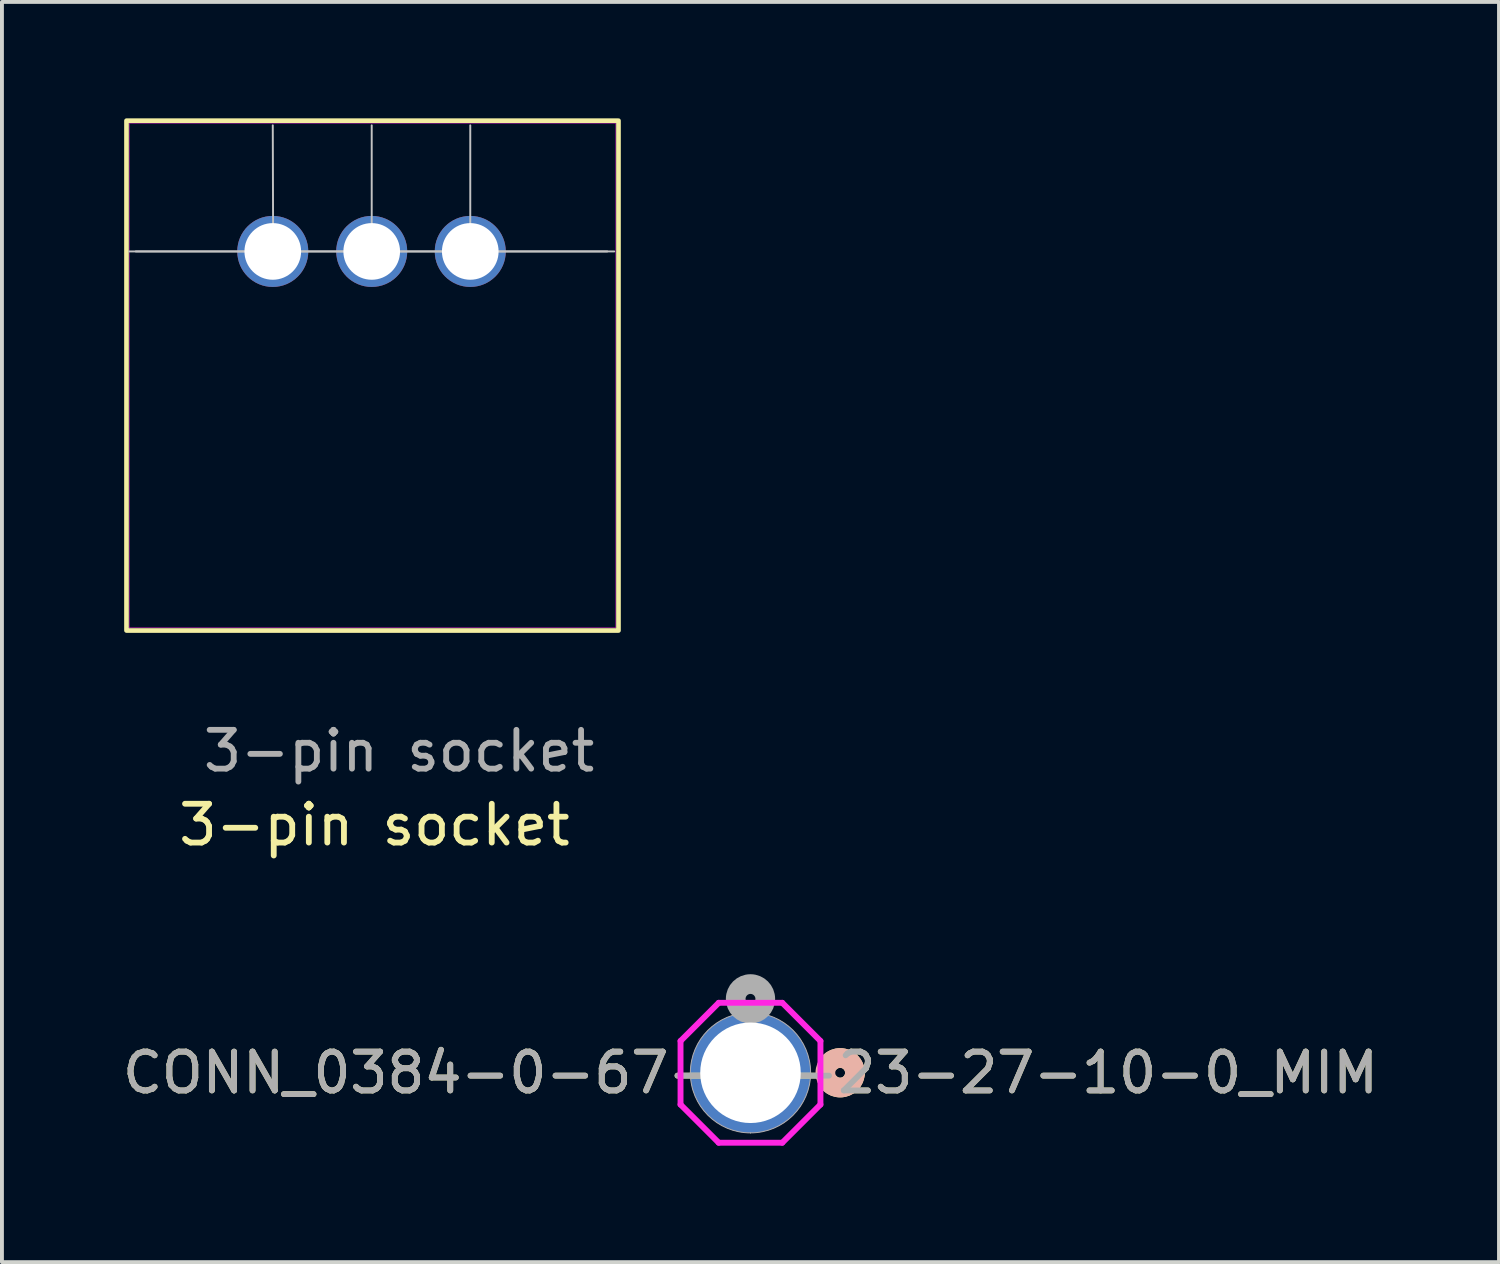
<source format=kicad_pcb>
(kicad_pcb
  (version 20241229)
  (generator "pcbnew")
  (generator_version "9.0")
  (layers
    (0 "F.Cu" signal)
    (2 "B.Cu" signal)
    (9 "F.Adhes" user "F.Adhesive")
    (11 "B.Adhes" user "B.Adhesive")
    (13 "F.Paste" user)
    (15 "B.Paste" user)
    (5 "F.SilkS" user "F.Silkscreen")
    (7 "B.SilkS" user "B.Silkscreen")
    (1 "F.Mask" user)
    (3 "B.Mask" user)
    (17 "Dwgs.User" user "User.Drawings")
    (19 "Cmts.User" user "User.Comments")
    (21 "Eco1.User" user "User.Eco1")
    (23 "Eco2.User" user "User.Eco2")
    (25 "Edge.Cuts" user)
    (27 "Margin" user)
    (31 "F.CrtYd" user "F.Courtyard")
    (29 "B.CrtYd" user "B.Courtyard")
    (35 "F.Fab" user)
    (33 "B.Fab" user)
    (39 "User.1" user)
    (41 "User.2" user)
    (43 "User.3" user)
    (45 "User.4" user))
  (footprint "CONN_0384-0-67-80-23-27-10-0_MIM"
    (layer "F.Cu")
    (at 16.292 24.598)
    (property "Reference" "CONN_0384-0-67-80-23-27-10-0_MIM" (at 0 0 0) (unlocked yes) (layer "F.SilkS") (effects (font (size 1 1) (thickness 0.15))))
    (attr through_hole)
    (fp_arc (start 2.042217 -0.269632) (mid 2.457349 -0.351937) (end 2.6924 0) (stroke (width 0.508) (type solid)) (layer "F.SilkS"))
    (fp_arc (start 2.6924 0) (mid 2.457349 0.351937) (end 2.042217 0.269632) (stroke (width 0.508) (type solid)) (layer "F.SilkS"))
    (fp_circle (center 2.311 0) (end 2.692 0) (stroke (width 0.508) (type solid)) (fill no) (layer "B.SilkS"))
    (fp_line (start -1.803 0.819) (end -1.803 -0.819) (stroke (width 0.152) (type solid)) (layer "F.CrtYd"))
    (fp_line (start -1.803 0.819) (end -0.819 1.803) (stroke (width 0.152) (type solid)) (layer "F.CrtYd"))
    (fp_line (start -0.819 -1.803) (end -1.803 -0.819) (stroke (width 0.152) (type solid)) (layer "F.CrtYd"))
    (fp_line (start -0.819 -1.803) (end 0.819 -1.803) (stroke (width 0.152) (type solid)) (layer "F.CrtYd"))
    (fp_line (start 0.819 1.803) (end -0.819 1.803) (stroke (width 0.152) (type solid)) (layer "F.CrtYd"))
    (fp_line (start 0.819 1.803) (end 1.803 0.819) (stroke (width 0.152) (type solid)) (layer "F.CrtYd"))
    (fp_line (start 1.803 -0.819) (end 0.819 -1.803) (stroke (width 0.152) (type solid)) (layer "F.CrtYd"))
    (fp_line (start 1.803 0.819) (end 1.803 -0.819) (stroke (width 0.152) (type solid)) (layer "F.CrtYd"))
    (fp_line (start -1.549 0) (end -1.549 0) (stroke (width 0.025) (type solid)) (layer "F.Fab"))
    (fp_line (start 0 -1.549) (end 0 -1.549) (stroke (width 0.025) (type solid)) (layer "F.Fab"))
    (fp_line (start 0 1.549) (end 0 1.549) (stroke (width 0.025) (type solid)) (layer "F.Fab"))
    (fp_line (start 1.549 0) (end 1.549 0) (stroke (width 0.025) (type solid)) (layer "F.Fab"))
    (fp_arc (start -1.5494 0) (mid -1.095591 -1.095591) (end 0 -1.5494) (stroke (width 0.0254) (type solid)) (layer "F.Fab"))
    (fp_arc (start 0 -1.5494) (mid 1.095591 -1.095591) (end 1.5494 0) (stroke (width 0.0254) (type solid)) (layer "F.Fab"))
    (fp_arc (start 0 1.5494) (mid -1.095591 1.095591) (end -1.5494 0) (stroke (width 0.0254) (type solid)) (layer "F.Fab"))
    (fp_arc (start 1.5494 0) (mid 1.095591 1.095591) (end 0 1.5494) (stroke (width 0.0254) (type solid)) (layer "F.Fab"))
    (fp_circle (center 0 -1.905) (end 0.381 -1.905) (stroke (width 0.508) (type solid)) (fill no) (layer "F.Fab"))
    (fp_text user "${REFERENCE}" (at 0 0 0) (unlocked yes) (layer "F.Fab") (effects (font (size 1 1) (thickness 0.15))))
    (pad "1" thru_hole circle (at 0 0) (size 3.099 3.099) (drill 2.591) (layers "*.Cu" "*.Mask")))
  (footprint "3-pin socket"
    (layer "F.Cu")
    (at 0.25 13.13)
    (property "Reference" "3-pin socket" (at 6.35 5.08 0) (unlocked yes) (layer "F.SilkS") (effects (font (size 1 1) (thickness 0.15))))
    (attr smd)
    (fp_rect (start -0.04 0.07) (end 12.64 -13.07) (stroke (width 0.12) (type default)) (fill no) (layer "F.SilkS"))
    (fp_line (start 0.03 -9.7) (end 3.74 -9.7) (stroke (width 0.05) (type default)) (layer "Dwgs.User"))
    (fp_line (start 0.2 -9.7) (end 12.35 -9.7) (stroke (width 0.05) (type default)) (layer "Dwgs.User"))
    (fp_line (start 3.74 -9.7) (end 3.73 -12.95) (stroke (width 0.05) (type default)) (layer "Dwgs.User"))
    (fp_line (start 3.74 -9.7) (end 6.28 -9.7) (stroke (width 0.05) (type default)) (layer "Dwgs.User"))
    (fp_line (start 6.28 -9.7) (end 6.28 -12.95) (stroke (width 0.05) (type default)) (layer "Dwgs.User"))
    (fp_line (start 6.28 -9.7) (end 8.82 -9.7) (stroke (width 0.05) (type default)) (layer "Dwgs.User"))
    (fp_line (start 8.82 -9.7) (end 8.82 -12.95) (stroke (width 0.05) (type default)) (layer "Dwgs.User"))
    (fp_line (start 8.82 -9.7) (end 12.53 -9.7) (stroke (width 0.05) (type default)) (layer "Dwgs.User"))
    (fp_rect (start 0.03 0) (end 12.57 -13) (stroke (width 0.01) (type default)) (fill no) (layer "F.CrtYd"))
    (fp_text user "${REFERENCE}" (at 6.985 3.175 0) (unlocked yes) (layer "F.Fab") (effects (font (size 1 1) (thickness 0.15))))
    (pad "1" thru_hole circle (at 3.73 -9.7) (size 1.83 1.83) (drill 1.46) (layers "*.Cu" "*.Mask"))
    (pad "2" thru_hole circle (at 6.28 -9.7) (size 1.83 1.83) (drill 1.46) (layers "*.Cu" "*.Mask"))
    (pad "3" thru_hole circle (at 8.82 -9.7) (size 1.83 1.83) (drill 1.46) (layers "*.Cu" "*.Mask")))
  (gr_rect
    (start -3 -3)
    (end 35.583 29.478)
    (stroke (width 0.1) (type default))
    (fill no)
    (layer "Edge.Cuts")))
</source>
